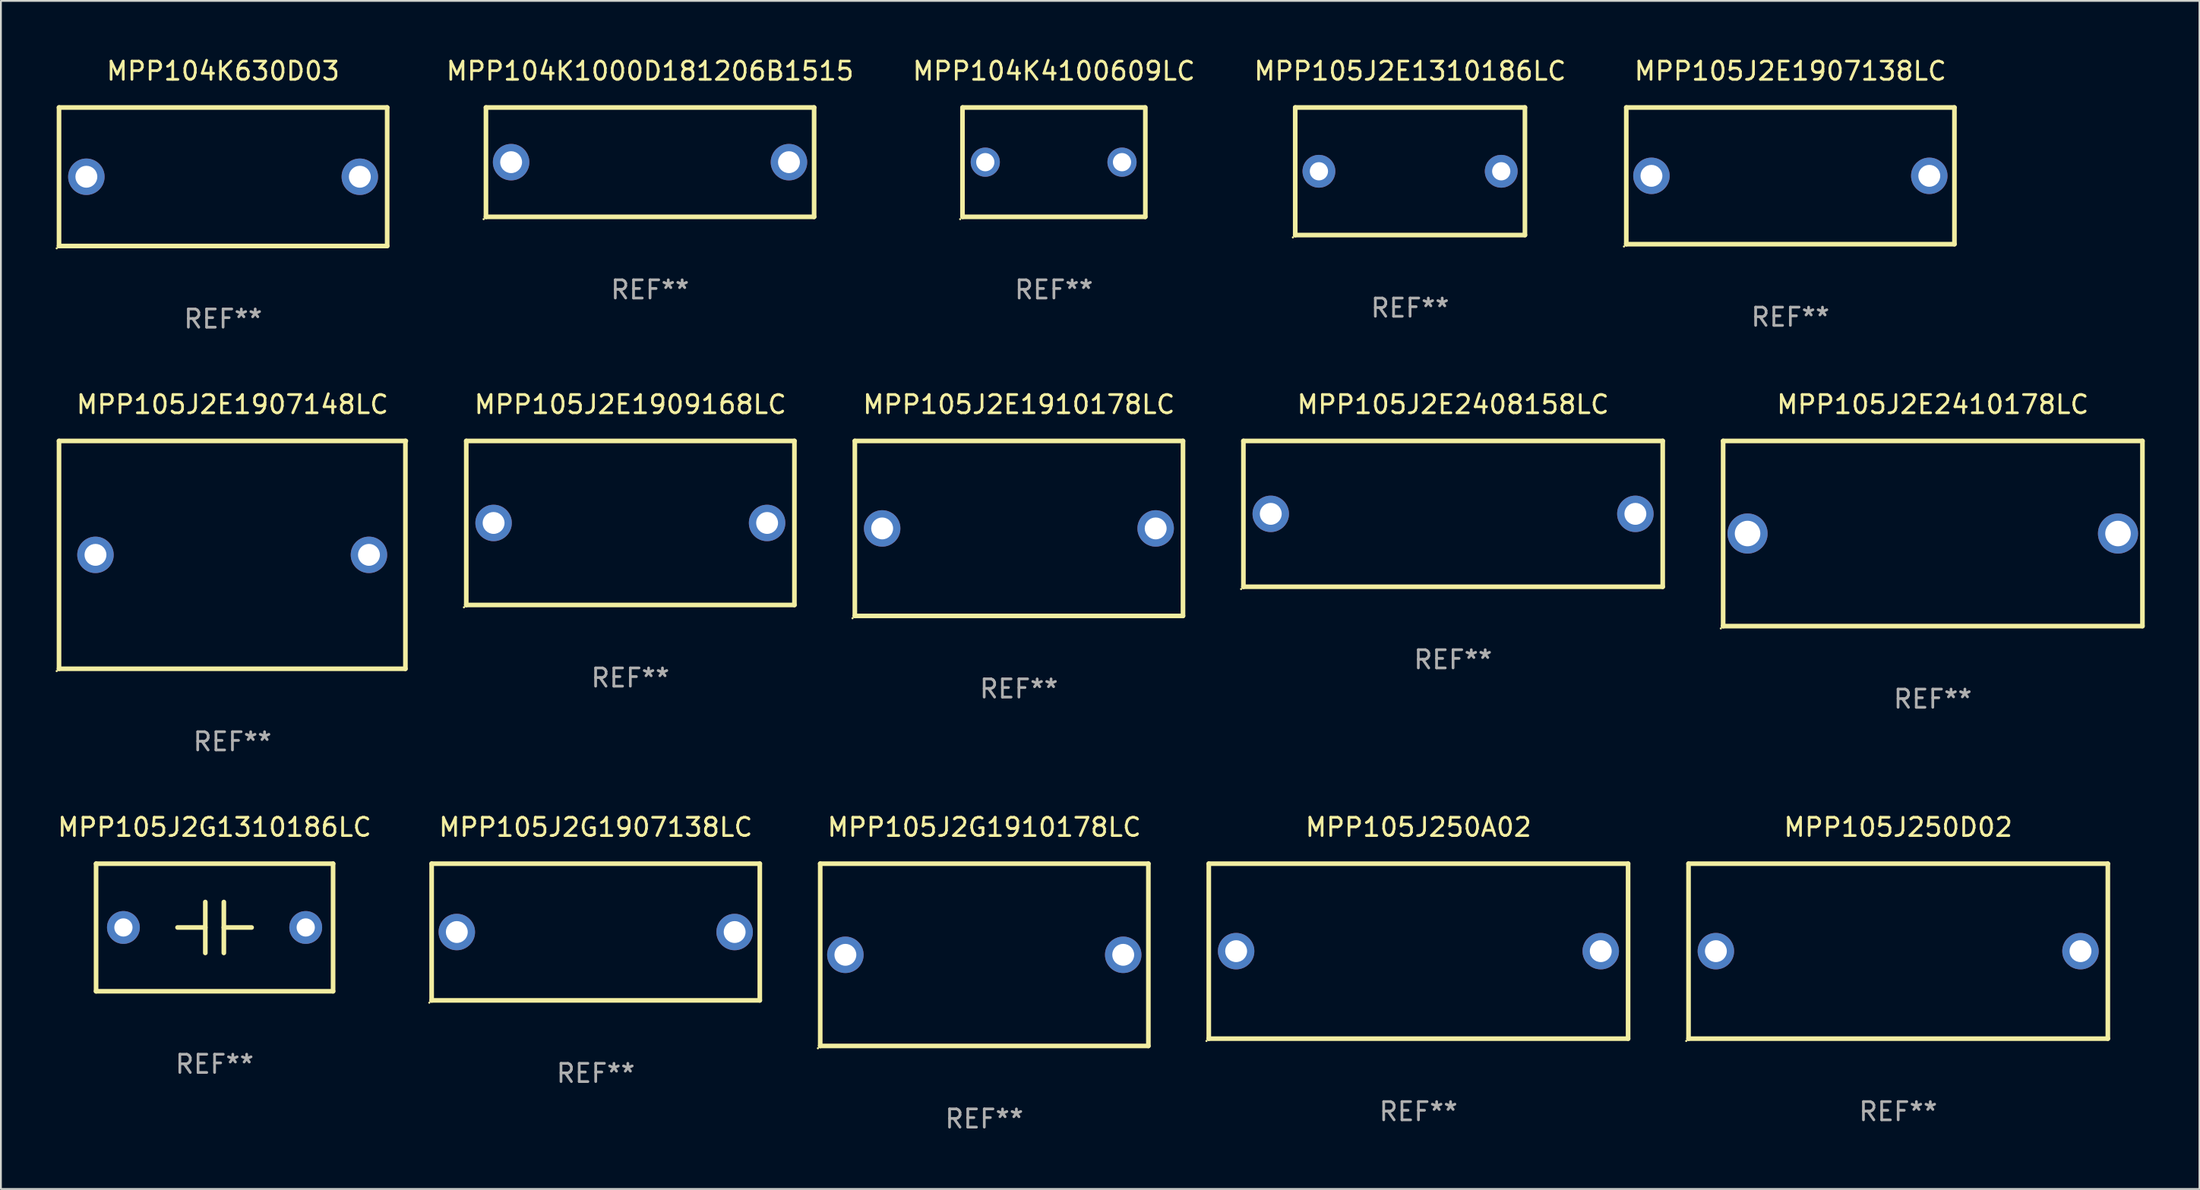
<source format=kicad_pcb>
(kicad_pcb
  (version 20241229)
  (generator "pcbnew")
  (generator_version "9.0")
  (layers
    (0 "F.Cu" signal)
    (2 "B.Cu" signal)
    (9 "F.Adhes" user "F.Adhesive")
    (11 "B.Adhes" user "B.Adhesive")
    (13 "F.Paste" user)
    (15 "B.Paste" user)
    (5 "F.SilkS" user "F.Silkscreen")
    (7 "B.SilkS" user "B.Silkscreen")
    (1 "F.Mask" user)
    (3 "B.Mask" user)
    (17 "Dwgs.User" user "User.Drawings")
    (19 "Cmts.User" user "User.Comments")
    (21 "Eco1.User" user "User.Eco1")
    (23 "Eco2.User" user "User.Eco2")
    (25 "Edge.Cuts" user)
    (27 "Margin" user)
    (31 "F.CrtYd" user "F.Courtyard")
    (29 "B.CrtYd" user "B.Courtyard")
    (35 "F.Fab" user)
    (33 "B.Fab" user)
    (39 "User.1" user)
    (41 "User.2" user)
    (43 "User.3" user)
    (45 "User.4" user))
  (footprint "MPP104K1000D181206B1515"
    (layer "F.Cu")
    (at 32.606 5.848)
    (property "Reference" "MPP104K1000D181206B1515" (at 0 -5 0) (layer "F.SilkS") (effects (font (size 1 1) (thickness 0.15))))
    (attr through_hole)
    (fp_line (start -9 -3) (end 9 -3) (stroke (width 0.254) (type solid)) (layer "F.SilkS"))
    (fp_line (start -9 3) (end -9 -3) (stroke (width 0.254) (type solid)) (layer "F.SilkS"))
    (fp_line (start 9 -3) (end 9 3) (stroke (width 0.254) (type solid)) (layer "F.SilkS"))
    (fp_line (start 9 3) (end -9 3) (stroke (width 0.254) (type solid)) (layer "F.SilkS"))
    (fp_circle (center -9.127 3.127) (end -9.097 3.127) (stroke (width 0.06) (type solid)) (fill no) (layer "F.SilkS"))
    (fp_text user "REF**" (at 0 7 0) (layer "F.Fab") (effects (font (size 1 1) (thickness 0.15))))
    (pad "1" thru_hole circle (at -7.62 0) (size 2 2) (drill 1.2) (layers "*.Cu" "*.Mask"))
    (pad "2" thru_hole circle (at 7.62 0) (size 2 2) (drill 1.2) (layers "*.Cu" "*.Mask")))
  (footprint "MPP105J2E1909168LC"
    (layer "F.Cu")
    (at 31.526 25.645)
    (property "Reference" "MPP105J2E1909168LC" (at 0 -6.5 0) (layer "F.SilkS") (effects (font (size 1 1) (thickness 0.15))))
    (attr through_hole)
    (fp_line (start -9 -4.5) (end -9 4.5) (stroke (width 0.254) (type solid)) (layer "F.SilkS"))
    (fp_line (start -9 -4.5) (end 9 -4.5) (stroke (width 0.254) (type solid)) (layer "F.SilkS"))
    (fp_line (start 9 4.5) (end -9 4.5) (stroke (width 0.254) (type solid)) (layer "F.SilkS"))
    (fp_line (start 9 4.5) (end 9 -4.5) (stroke (width 0.254) (type solid)) (layer "F.SilkS"))
    (fp_circle (center -9.127 4.627) (end -9.097 4.627) (stroke (width 0.06) (type solid)) (fill no) (layer "F.SilkS"))
    (fp_text user "REF**" (at 0 8.5 0) (layer "F.Fab") (effects (font (size 1 1) (thickness 0.15))))
    (pad "1" thru_hole circle (at -7.501 -0.000127) (size 2 2) (drill 1.2) (layers "*.Cu" "*.Mask"))
    (pad "2" thru_hole circle (at 7.501 -0.000127) (size 2 2) (drill 1.2) (layers "*.Cu" "*.Mask")))
  (footprint "MPP105J2E1310186LC"
    (layer "F.Cu")
    (at 74.296 6.348)
    (property "Reference" "MPP105J2E1310186LC" (at 0 -5.5 0) (layer "F.SilkS") (effects (font (size 1 1) (thickness 0.15))))
    (attr through_hole)
    (fp_line (start -6.3 -3.5) (end -6.3 3.5) (stroke (width 0.254) (type solid)) (layer "F.SilkS"))
    (fp_line (start -6.3 -3.5) (end 6.3 -3.5) (stroke (width 0.254) (type solid)) (layer "F.SilkS"))
    (fp_line (start -6.3 3.5) (end 6.3 3.5) (stroke (width 0.254) (type solid)) (layer "F.SilkS"))
    (fp_line (start 6.3 -3.5) (end 6.3 3.5) (stroke (width 0.254) (type solid)) (layer "F.SilkS"))
    (fp_circle (center -6.427 3.627) (end -6.397 3.627) (stroke (width 0.06) (type solid)) (fill no) (layer "F.SilkS"))
    (fp_text user "REF**" (at 0 7.5 0) (layer "F.Fab") (effects (font (size 1 1) (thickness 0.15))))
    (pad "1" thru_hole circle (at -5 0) (size 1.8 1.8) (drill 1) (layers "*.Cu" "*.Mask"))
    (pad "2" thru_hole circle (at 5 0) (size 1.8 1.8) (drill 1) (layers "*.Cu" "*.Mask")))
  (footprint "MPP105J2E1910178LC"
    (layer "F.Cu")
    (at 52.84 25.945)
    (property "Reference" "MPP105J2E1910178LC" (at 0 -6.8 0) (layer "F.SilkS") (effects (font (size 1 1) (thickness 0.15))))
    (attr through_hole)
    (fp_line (start -9 -4.8) (end 9 -4.8) (stroke (width 0.254) (type solid)) (layer "F.SilkS"))
    (fp_line (start -9 4.8) (end -9 -4.8) (stroke (width 0.254) (type solid)) (layer "F.SilkS"))
    (fp_line (start 9 -4.8) (end 9 4.8) (stroke (width 0.254) (type solid)) (layer "F.SilkS"))
    (fp_line (start 9 4.8) (end -9 4.8) (stroke (width 0.254) (type solid)) (layer "F.SilkS"))
    (fp_circle (center -9.127 4.927) (end -9.097 4.927) (stroke (width 0.06) (type solid)) (fill no) (layer "F.SilkS"))
    (fp_text user "REF**" (at 0 8.8 0) (layer "F.Fab") (effects (font (size 1 1) (thickness 0.15))))
    (pad "1" thru_hole circle (at -7.501 0) (size 2 2) (drill 1.2) (layers "*.Cu" "*.Mask"))
    (pad "2" thru_hole circle (at 7.501 0) (size 2 2) (drill 1.2) (layers "*.Cu" "*.Mask")))
  (footprint "MPP105J2G1910178LC"
    (layer "F.Cu")
    (at 50.941 49.341)
    (property "Reference" "MPP105J2G1910178LC" (at 0 -7 0) (layer "F.SilkS") (effects (font (size 1 1) (thickness 0.15))))
    (attr through_hole)
    (fp_line (start -9 -5) (end 9 -5) (stroke (width 0.254) (type solid)) (layer "F.SilkS"))
    (fp_line (start -9 5) (end -9 -5) (stroke (width 0.254) (type solid)) (layer "F.SilkS"))
    (fp_line (start 9 -5) (end 9 5) (stroke (width 0.254) (type solid)) (layer "F.SilkS"))
    (fp_line (start 9 5) (end -9 5) (stroke (width 0.254) (type solid)) (layer "F.SilkS"))
    (fp_circle (center -9.127 5.127) (end -9.097 5.127) (stroke (width 0.06) (type solid)) (fill no) (layer "F.SilkS"))
    (fp_text user "REF**" (at 0 9 0) (layer "F.Fab") (effects (font (size 1 1) (thickness 0.15))))
    (pad "1" thru_hole circle (at -7.62 0) (size 2 2) (drill 1.2) (layers "*.Cu" "*.Mask"))
    (pad "2" thru_hole circle (at 7.62 0) (size 2 2) (drill 1.2) (layers "*.Cu" "*.Mask")))
  (footprint "MPP105J2E1907138LC"
    (layer "F.Cu")
    (at 95.156 6.598)
    (property "Reference" "MPP105J2E1907138LC" (at 0 -5.75 0) (layer "F.SilkS") (effects (font (size 1 1) (thickness 0.15))))
    (attr through_hole)
    (fp_line (start -9 -3.75) (end 9 -3.75) (stroke (width 0.254) (type solid)) (layer "F.SilkS"))
    (fp_line (start -9 3.75) (end -9 -3.75) (stroke (width 0.254) (type solid)) (layer "F.SilkS"))
    (fp_line (start 9 -3.75) (end 9 3.75) (stroke (width 0.254) (type solid)) (layer "F.SilkS"))
    (fp_line (start 9 3.75) (end -9 3.75) (stroke (width 0.254) (type solid)) (layer "F.SilkS"))
    (fp_circle (center -9.127 3.877) (end -9.097 3.877) (stroke (width 0.06) (type solid)) (fill no) (layer "F.SilkS"))
    (fp_text user "REF**" (at 0 7.75 0) (layer "F.Fab") (effects (font (size 1 1) (thickness 0.15))))
    (pad "1" thru_hole circle (at -7.62 0) (size 2 2) (drill 1.2) (layers "*.Cu" "*.Mask"))
    (pad "2" thru_hole circle (at 7.62 0) (size 2 2) (drill 1.2) (layers "*.Cu" "*.Mask")))
  (footprint "MPP105J2G1907138LC"
    (layer "F.Cu")
    (at 29.627 48.091)
    (property "Reference" "MPP105J2G1907138LC" (at 0 -5.75 0) (layer "F.SilkS") (effects (font (size 1 1) (thickness 0.15))))
    (attr through_hole)
    (fp_line (start -9 -3.75) (end 9 -3.75) (stroke (width 0.254) (type solid)) (layer "F.SilkS"))
    (fp_line (start -9 3.75) (end -9 -3.75) (stroke (width 0.254) (type solid)) (layer "F.SilkS"))
    (fp_line (start 9 -3.75) (end 9 3.75) (stroke (width 0.254) (type solid)) (layer "F.SilkS"))
    (fp_line (start 9 3.75) (end -9 3.75) (stroke (width 0.254) (type solid)) (layer "F.SilkS"))
    (fp_circle (center -9.127 3.877) (end -9.097 3.877) (stroke (width 0.06) (type solid)) (fill no) (layer "F.SilkS"))
    (fp_text user "REF**" (at 0 7.75 0) (layer "F.Fab") (effects (font (size 1 1) (thickness 0.15))))
    (pad "1" thru_hole circle (at -7.62 0) (size 2 2) (drill 1.2) (layers "*.Cu" "*.Mask"))
    (pad "2" thru_hole circle (at 7.62 0) (size 2 2) (drill 1.2) (layers "*.Cu" "*.Mask")))
  (footprint "MPP105J2E1907148LC"
    (layer "F.Cu")
    (at 9.7 27.395)
    (property "Reference" "MPP105J2E1907148LC" (at 0 -8.25 0) (layer "F.SilkS") (effects (font (size 1 1) (thickness 0.15))))
    (attr through_hole)
    (fp_line (start -9.513 -6.25) (end -9.513 6.25) (stroke (width 0.254) (type solid)) (layer "F.SilkS"))
    (fp_line (start -9.513 -6.25) (end 9.513 -6.25) (stroke (width 0.254) (type solid)) (layer "F.SilkS"))
    (fp_line (start -9.513 6.25) (end 9.488 6.25) (stroke (width 0.254) (type solid)) (layer "F.SilkS"))
    (fp_line (start 9.488 -6.25) (end 9.488 6.25) (stroke (width 0.254) (type solid)) (layer "F.SilkS"))
    (fp_circle (center -9.64 6.377) (end -9.61 6.377) (stroke (width 0.06) (type solid)) (fill no) (layer "F.SilkS"))
    (fp_text user "REF**" (at 0 10.25 0) (layer "F.Fab") (effects (font (size 1 1) (thickness 0.15))))
    (pad "1" thru_hole circle (at -7.513 0) (size 2 2) (drill 1.2) (layers "*.Cu" "*.Mask"))
    (pad "2" thru_hole circle (at 7.488 0) (size 2 2) (drill 1.2) (layers "*.Cu" "*.Mask")))
  (footprint "MPP105J2E2408158LC"
    (layer "F.Cu")
    (at 76.654 25.145)
    (property "Reference" "MPP105J2E2408158LC" (at 0 -6 0) (layer "F.SilkS") (effects (font (size 1 1) (thickness 0.15))))
    (attr through_hole)
    (fp_line (start -11.5 -4) (end -11.5 4) (stroke (width 0.254) (type solid)) (layer "F.SilkS"))
    (fp_line (start -11.5 -4) (end 11.5 -4) (stroke (width 0.254) (type solid)) (layer "F.SilkS"))
    (fp_line (start -11.5 4) (end 11.5 4) (stroke (width 0.254) (type solid)) (layer "F.SilkS"))
    (fp_line (start 11.5 -4) (end 11.5 4) (stroke (width 0.254) (type solid)) (layer "F.SilkS"))
    (fp_circle (center -11.627 4.127) (end -11.597 4.127) (stroke (width 0.06) (type solid)) (fill no) (layer "F.SilkS"))
    (fp_text user "REF**" (at 0 8 0) (layer "F.Fab") (effects (font (size 1 1) (thickness 0.15))))
    (pad "1" thru_hole circle (at -10 0) (size 2 2) (drill 1.2) (layers "*.Cu" "*.Mask"))
    (pad "2" thru_hole circle (at 10 0) (size 2 2) (drill 1.2) (layers "*.Cu" "*.Mask")))
  (footprint "MPP105J2E2410178LC"
    (layer "F.Cu")
    (at 102.968 26.225)
    (property "Reference" "MPP105J2E2410178LC" (at 0 -7.08 0) (layer "F.SilkS") (effects (font (size 1 1) (thickness 0.15))))
    (attr through_hole)
    (fp_line (start -11.5 -5.08) (end -11.5 5.08) (stroke (width 0.254) (type solid)) (layer "F.SilkS"))
    (fp_line (start -11.5 -5.08) (end 11.5 -5.08) (stroke (width 0.254) (type solid)) (layer "F.SilkS"))
    (fp_line (start 11.5 5.08) (end -11.5 5.08) (stroke (width 0.254) (type solid)) (layer "F.SilkS"))
    (fp_line (start 11.5 5.08) (end 11.5 -5.08) (stroke (width 0.254) (type solid)) (layer "F.SilkS"))
    (fp_circle (center -11.627 5.207) (end -11.597 5.207) (stroke (width 0.06) (type solid)) (fill no) (layer "F.SilkS"))
    (fp_text user "REF**" (at 0 9.08 0) (layer "F.Fab") (effects (font (size 1 1) (thickness 0.15))))
    (pad "1" thru_hole circle (at -10.16 0) (size 2.2 2.2) (drill 1.4) (layers "*.Cu" "*.Mask"))
    (pad "2" thru_hole circle (at 10.16 0) (size 2.2 2.2) (drill 1.4) (layers "*.Cu" "*.Mask")))
  (footprint "MPP105J2G1310186LC"
    (layer "F.Cu")
    (at 8.72 47.841)
    (property "Reference" "MPP105J2G1310186LC" (at 0 -5.5 0) (layer "F.SilkS") (effects (font (size 1 1) (thickness 0.15))))
    (attr through_hole)
    (fp_line (start -6.5 -3.5) (end -6.5 3.5) (stroke (width 0.254) (type solid)) (layer "F.SilkS"))
    (fp_line (start -6.5 -3.5) (end 6.5 -3.5) (stroke (width 0.254) (type solid)) (layer "F.SilkS"))
    (fp_line (start -6.5 3.5) (end 6.5 3.5) (stroke (width 0.254) (type solid)) (layer "F.SilkS"))
    (fp_line (start -0.508 -0.000025) (end -2.032 -0.000025) (stroke (width 0.254) (type solid)) (layer "F.SilkS"))
    (fp_line (start -0.508 1.397) (end -0.508 -1.397) (stroke (width 0.254) (type solid)) (layer "F.SilkS"))
    (fp_line (start 0.508 -1.397) (end 0.508 1.397) (stroke (width 0.254) (type solid)) (layer "F.SilkS"))
    (fp_line (start 0.508 0.000025) (end 2.032 0.000025) (stroke (width 0.254) (type solid)) (layer "F.SilkS"))
    (fp_line (start 6.5 -3.5) (end 6.5 3.5) (stroke (width 0.254) (type solid)) (layer "F.SilkS"))
    (fp_circle (center -6.5 3.5) (end -6.47 3.5) (stroke (width 0.06) (type solid)) (fill no) (layer "F.SilkS"))
    (fp_text user "REF**" (at 0 7.5 0) (layer "F.Fab") (effects (font (size 1 1) (thickness 0.15))))
    (pad "1" thru_hole circle (at -5 0.000025) (size 1.8 1.8) (drill 1) (layers "*.Cu" "*.Mask"))
    (pad "2" thru_hole circle (at 5 0) (size 1.8 1.8) (drill 1) (layers "*.Cu" "*.Mask")))
  (footprint "MPP105J250A02"
    (layer "F.Cu")
    (at 74.755 49.141)
    (property "Reference" "MPP105J250A02" (at 0 -6.8 0) (layer "F.SilkS") (effects (font (size 1 1) (thickness 0.15))))
    (attr through_hole)
    (fp_line (start -11.5 -4.8) (end -11.5 4.8) (stroke (width 0.254) (type solid)) (layer "F.SilkS"))
    (fp_line (start -11.5 -4.8) (end 11.5 -4.8) (stroke (width 0.254) (type solid)) (layer "F.SilkS"))
    (fp_line (start -11.5 4.8) (end 11.5 4.8) (stroke (width 0.254) (type solid)) (layer "F.SilkS"))
    (fp_line (start 11.5 -4.8) (end 11.5 4.8) (stroke (width 0.254) (type solid)) (layer "F.SilkS"))
    (fp_circle (center -11.627 4.927) (end -11.597 4.927) (stroke (width 0.06) (type solid)) (fill no) (layer "F.SilkS"))
    (fp_text user "REF**" (at 0 8.8 0) (layer "F.Fab") (effects (font (size 1 1) (thickness 0.15))))
    (pad "1" thru_hole circle (at -10 0) (size 2 2) (drill 1.2) (layers "*.Cu" "*.Mask"))
    (pad "2" thru_hole circle (at 10 0) (size 2 2) (drill 1.2) (layers "*.Cu" "*.Mask")))
  (footprint "MPP104K4100609LC"
    (layer "F.Cu")
    (at 54.76 5.848)
    (property "Reference" "MPP104K4100609LC" (at 0 -5 0) (layer "F.SilkS") (effects (font (size 1 1) (thickness 0.15))))
    (attr through_hole)
    (fp_line (start -5.015 3) (end -5.015 -3) (stroke (width 0.254) (type solid)) (layer "F.SilkS"))
    (fp_line (start -5.005 -3) (end 4.995 -3) (stroke (width 0.254) (type solid)) (layer "F.SilkS"))
    (fp_line (start 5.005 3) (end -4.995 3) (stroke (width 0.254) (type solid)) (layer "F.SilkS"))
    (fp_line (start 5.015 -3) (end 5.015 3) (stroke (width 0.254) (type solid)) (layer "F.SilkS"))
    (fp_circle (center -5.142 3.127) (end -5.112 3.127) (stroke (width 0.06) (type solid)) (fill no) (layer "F.SilkS"))
    (fp_text user "REF**" (at 0 7 0) (layer "F.Fab") (effects (font (size 1 1) (thickness 0.15))))
    (pad "1" thru_hole circle (at -3.765 0) (size 1.6 1.6) (drill 1) (layers "*.Cu" "*.Mask"))
    (pad "2" thru_hole circle (at 3.735 0) (size 1.6 1.6) (drill 1) (layers "*.Cu" "*.Mask")))
  (footprint "MPP105J250D02"
    (layer "F.Cu")
    (at 101.07 49.141)
    (property "Reference" "MPP105J250D02" (at 0 -6.8 0) (layer "F.SilkS") (effects (font (size 1 1) (thickness 0.15))))
    (attr through_hole)
    (fp_line (start -11.5 -4.8) (end -11.5 4.8) (stroke (width 0.254) (type solid)) (layer "F.SilkS"))
    (fp_line (start -11.5 -4.8) (end 11.5 -4.8) (stroke (width 0.254) (type solid)) (layer "F.SilkS"))
    (fp_line (start -11.5 4.8) (end 11.5 4.8) (stroke (width 0.254) (type solid)) (layer "F.SilkS"))
    (fp_line (start 11.5 -4.8) (end 11.5 4.8) (stroke (width 0.254) (type solid)) (layer "F.SilkS"))
    (fp_circle (center -11.627 4.927) (end -11.597 4.927) (stroke (width 0.06) (type solid)) (fill no) (layer "F.SilkS"))
    (fp_text user "REF**" (at 0 8.8 0) (layer "F.Fab") (effects (font (size 1 1) (thickness 0.15))))
    (pad "1" thru_hole circle (at -10 0) (size 2 2) (drill 1.2) (layers "*.Cu" "*.Mask"))
    (pad "2" thru_hole circle (at 10 0) (size 2 2) (drill 1.2) (layers "*.Cu" "*.Mask")))
  (footprint "MPP104K630D03"
    (layer "F.Cu")
    (at 9.187 6.648)
    (property "Reference" "MPP104K630D03" (at 0 -5.8 0) (layer "F.SilkS") (effects (font (size 1 1) (thickness 0.15))))
    (attr through_hole)
    (fp_line (start -9 -3.8) (end -9 3.8) (stroke (width 0.254) (type solid)) (layer "F.SilkS"))
    (fp_line (start -9 -3.8) (end 9 -3.8) (stroke (width 0.254) (type solid)) (layer "F.SilkS"))
    (fp_line (start 9 -3.8) (end 9 3.8) (stroke (width 0.254) (type solid)) (layer "F.SilkS"))
    (fp_line (start 9 3.8) (end -9 3.8) (stroke (width 0.254) (type solid)) (layer "F.SilkS"))
    (fp_circle (center -9.127 3.927) (end -9.097 3.927) (stroke (width 0.06) (type solid)) (fill no) (layer "F.SilkS"))
    (fp_text user "REF**" (at 0 7.8 0) (layer "F.Fab") (effects (font (size 1 1) (thickness 0.15))))
    (pad "1" thru_hole circle (at -7.5 0) (size 2 2) (drill 1.2) (layers "*.Cu" "*.Mask"))
    (pad "2" thru_hole circle (at 7.5 0) (size 2 2) (drill 1.2) (layers "*.Cu" "*.Mask")))
  (gr_rect
    (start -3 -3)
    (end 117.595 62.19)
    (stroke (width 0.1) (type default))
    (fill no)
    (layer "Edge.Cuts")))
</source>
